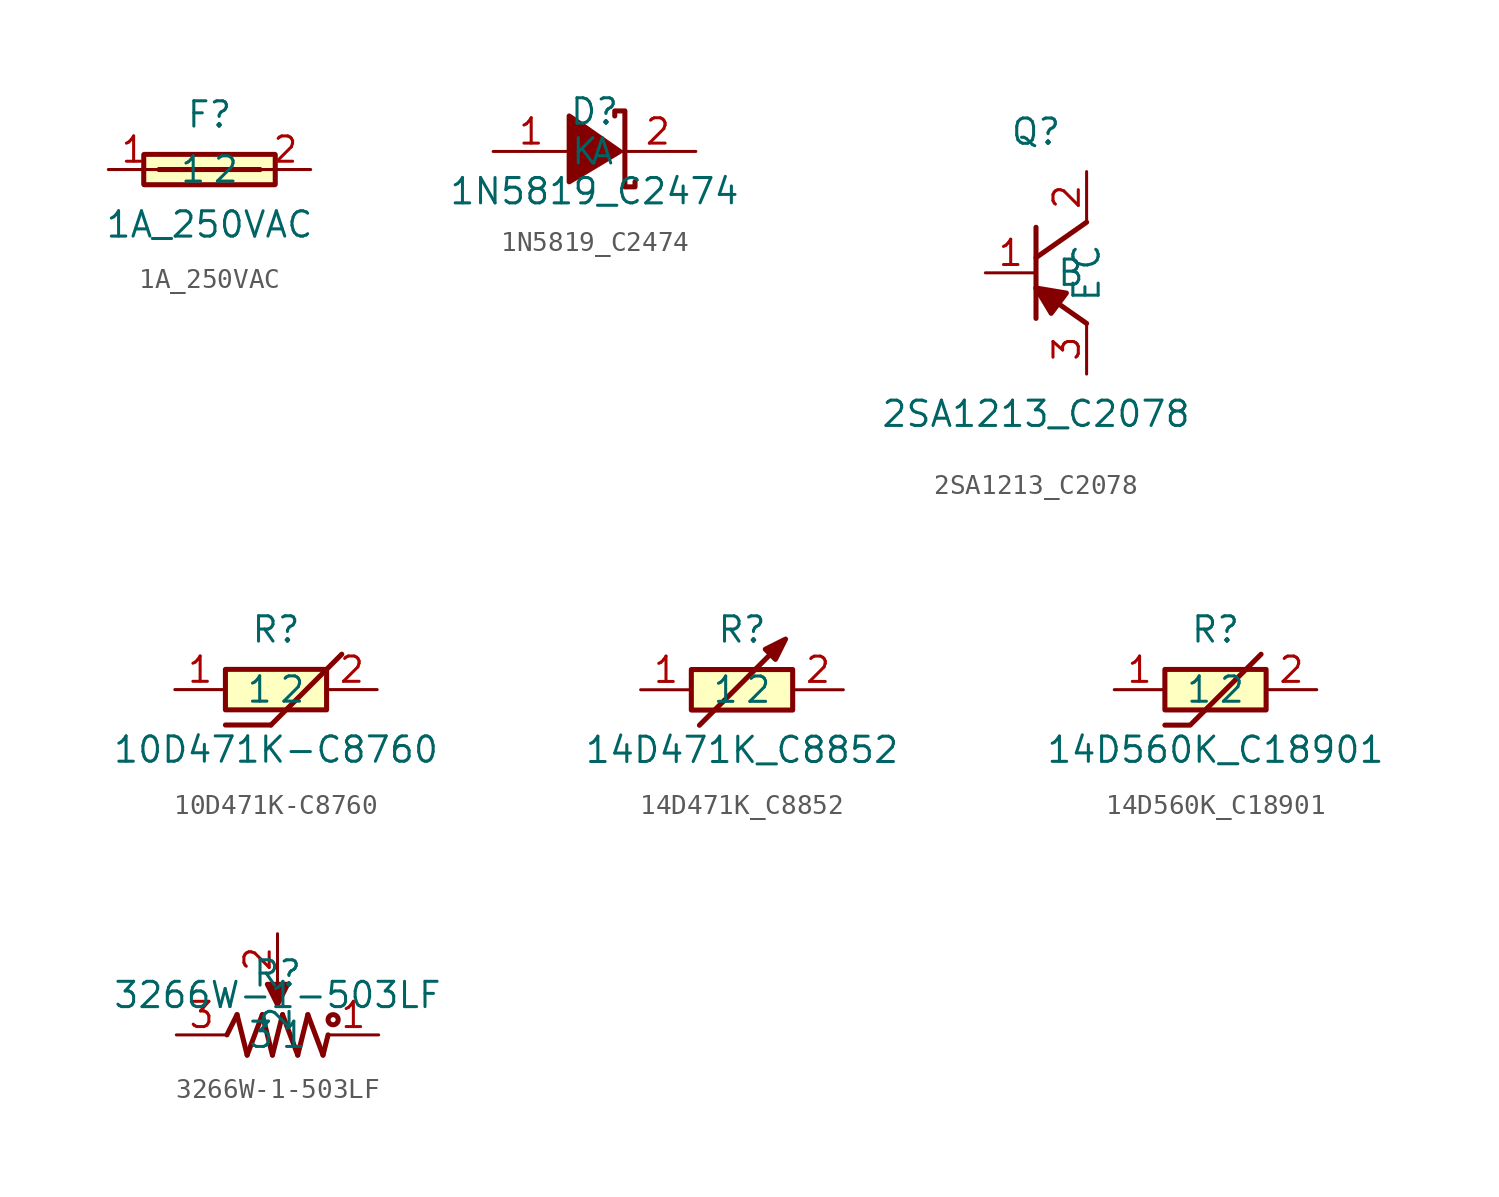
<source format=kicad_sym>
(kicad_symbol_lib
  (version 20241209)
  (generator "JLCImport")
  (generator_version "1.0")
  (symbol "1A_250VAC"
    (pin_names
      (offset 1.016))
    (property "Reference" "F"
      (at 0 2.762 0)
      (effects (font (size 1.27 1.27))))
    (property "Value" "1A_250VAC"
      (at 0 -2.762 0)
      (effects (font (size 1.27 1.27))))
    (symbol "1A_250VAC_0_1"
      (polyline (pts (xy 3.277 -0.762) (xy 3.282 -0.762) (xy 3.286 -0.76) (xy 3.291 -0.758) (xy 3.295 -0.755) (xy 3.298 -0.751) (xy 3.3 -0.746) (xy 3.302 -0.742) (xy 3.302 -0.737) (xy 3.302 0.742) (xy 3.3 0.746) (xy 3.298 0.751) (xy 3.295 0.755) (xy 3.291 0.758) (xy 3.286 0.76) (xy 3.282 0.762) (xy 3.277 0.762) (xy -3.282 0.762) (xy -3.286 0.76) (xy -3.291 0.758) (xy -3.295 0.755) (xy -3.298 0.751) (xy -3.3 0.746) (xy -3.302 0.742) (xy -3.302 0.737) (xy -3.302 -0.742) (xy -3.3 -0.746) (xy -3.298 -0.751) (xy -3.295 -0.755) (xy -3.291 -0.758) (xy -3.286 -0.76) (xy -3.282 -0.762) (xy -3.277 -0.762) (xy 3.277 -0.762)) (stroke (width 0.254) (type solid)) (fill (type background)))
      (polyline (pts (xy -2.54 0) (xy 2.54 0)) (stroke (width 0.254) (type solid)) (fill (type none)))
      (pin unspecified line (at 5.08 0 180) (length 2.54) (name "2" (effects (font (size 1.27 1.27)) hide)) (number "2" (effects (font (size 1.27 1.27)) hide)))
      (pin unspecified line (at -5.08 0 0) (length 2.54) (name "1" (effects (font (size 1.27 1.27)) hide)) (number "1" (effects (font (size 1.27 1.27)) hide)))))
  (symbol "1N5819_C2474"
    (pin_names
      (offset 1.016))
    (property "Reference" "D"
      (at 0 2 0)
      (effects (font (size 1.27 1.27))))
    (property "Value" "1N5819_C2474"
      (at 0 -2 0)
      (effects (font (size 1.27 1.27))))
    (symbol "1N5819_C2474_0_1"
      (polyline (pts (xy 2.032 -1.524) (xy 2.032 -1.778) (xy 1.524 -1.778) (xy 1.524 2.032) (xy 1.016 2.032) (xy 1.016 1.778)) (stroke (width 0.254) (type solid)) (fill (type none)))
      (polyline (pts (xy -1.27 -1.524) (xy 1.27 0) (xy -1.27 1.778) (xy -1.27 -1.524)) (stroke (width 0.254) (type solid)) (fill (type outline)))
      (pin unspecified line (at -5.08 0 0) (length 3.81) (name "A" (effects (font (size 1.27 1.27)) hide)) (number "1" (effects (font (size 1.27 1.27)) hide)))
      (pin unspecified line (at 5.08 0 180) (length 3.81) (name "K" (effects (font (size 1.27 1.27)) hide)) (number "2" (effects (font (size 1.27 1.27)) hide)))))
  (symbol "2SA1213_C2078"
    (pin_names
      (offset 1.016))
    (property "Reference" "Q"
      (at 0 7.08 0)
      (effects (font (size 1.27 1.27))))
    (property "Value" "2SA1213_C2078"
      (at 0 -7.08 0)
      (effects (font (size 1.27 1.27))))
    (symbol "2SA1213_C2078_0_1"
      (polyline (pts (xy 0 -0.762) (xy 0.762 -2.032) (xy 1.524 -1.016) (xy 0 -0.762)) (stroke (width 0.254) (type solid)) (fill (type outline)))
      (polyline (pts (xy 0 2.286) (xy 0 -2.286)) (stroke (width 0.254) (type solid)) (fill (type none)))
      (polyline (pts (xy 0 -0.762) (xy 2.54 -2.54)) (stroke (width 0.254) (type solid)) (fill (type none)))
      (polyline (pts (xy 2.54 2.54) (xy 0 0.762)) (stroke (width 0.254) (type solid)) (fill (type none)))
      (pin input line (at 2.54 -5.08 90) (length 2.54) (name "E" (effects (font (size 1.27 1.27)) hide)) (number "3" (effects (font (size 1.27 1.27)) hide)))
      (pin input line (at 2.54 5.08 270) (length 2.54) (name "C" (effects (font (size 1.27 1.27)) hide)) (number "2" (effects (font (size 1.27 1.27)) hide)))
      (pin input line (at -2.54 0 0) (length 2.54) (name "B" (effects (font (size 1.27 1.27)) hide)) (number "1" (effects (font (size 1.27 1.27)) hide)))))
  (symbol "10D471K-C8760"
    (pin_names
      (offset 1.016))
    (property "Reference" "R"
      (at 0 3.016 0)
      (effects (font (size 1.27 1.27))))
    (property "Value" "10D471K-C8760"
      (at 0 -3.016 0)
      (effects (font (size 1.27 1.27))))
    (symbol "10D471K-C8760_0_1"
      (rectangle (start -2.54 1.016) (end 2.54 -1.016) (stroke (width 0.254) (type solid)) (fill (type background)))
      (polyline (pts (xy 3.302 1.778) (xy -0.254 -1.778)) (stroke (width 0.254) (type solid)) (fill (type none)))
      (polyline (pts (xy -0.254 -1.778) (xy -2.54 -1.778)) (stroke (width 0.254) (type solid)) (fill (type none)))
      (pin unspecified line (at 5.08 0 180) (length 2.54) (name "2" (effects (font (size 1.27 1.27)) hide)) (number "2" (effects (font (size 1.27 1.27)) hide)))
      (pin unspecified line (at -5.08 0 0) (length 2.54) (name "1" (effects (font (size 1.27 1.27)) hide)) (number "1" (effects (font (size 1.27 1.27)) hide)))))
  (symbol "14D471K_C8852"
    (pin_names
      (offset 1.016))
    (property "Reference" "R"
      (at 0 3.016 0)
      (effects (font (size 1.27 1.27))))
    (property "Value" "14D471K_C8852"
      (at 0 -3.016 0)
      (effects (font (size 1.27 1.27))))
    (symbol "14D471K_C8852_0_1"
      (rectangle (start -2.54 1.016) (end 2.54 -1.016) (stroke (width 0.254) (type solid)) (fill (type background)))
      (polyline (pts (xy 1.676 2.032) (xy -2.134 -1.778)) (stroke (width 0.254) (type solid)) (fill (type none)))
      (polyline (pts (xy 1.168 2.032) (xy 2.184 2.54) (xy 1.676 1.524) (xy 1.168 2.032)) (stroke (width 0.254) (type solid)) (fill (type outline)))
      (pin unspecified line (at 5.08 0 180) (length 2.54) (name "2" (effects (font (size 1.27 1.27)) hide)) (number "2" (effects (font (size 1.27 1.27)) hide)))
      (pin unspecified line (at -5.08 0 0) (length 2.54) (name "1" (effects (font (size 1.27 1.27)) hide)) (number "1" (effects (font (size 1.27 1.27)) hide)))))
  (symbol "14D560K_C18901"
    (pin_names
      (offset 1.016))
    (property "Reference" "R"
      (at 0 3.016 0)
      (effects (font (size 1.27 1.27))))
    (property "Value" "14D560K_C18901"
      (at 0 -3.016 0)
      (effects (font (size 1.27 1.27))))
    (symbol "14D560K_C18901_0_1"
      (rectangle (start -2.54 1.016) (end 2.54 -1.016) (stroke (width 0.254) (type solid)) (fill (type background)))
      (polyline (pts (xy -2.54 -1.778) (xy -1.27 -1.778) (xy 2.286 1.778)) (stroke (width 0.254) (type solid)) (fill (type none)))
      (pin unspecified line (at 5.08 0 180) (length 2.54) (name "2" (effects (font (size 1.27 1.27)) hide)) (number "2" (effects (font (size 1.27 1.27)) hide)))
      (pin unspecified line (at -5.08 0 0) (length 2.54) (name "1" (effects (font (size 1.27 1.27)) hide)) (number "1" (effects (font (size 1.27 1.27)) hide)))))
  (symbol "3266W-1-503LF"
    (pin_names
      (offset 1.016))
    (property "Reference" "R"
      (at 0 3.08 0)
      (effects (font (size 1.27 1.27))))
    (property "Value" "3266W-1-503LF"
      (at 0 2 0)
      (effects (font (size 1.27 1.27))))
    (symbol "3266W-1-503LF_0_1"
      (circle (center 2.794 0.762) (radius 0.254) (stroke (width 0.254) (type solid)) (fill (type none)))
      (polyline (pts (xy -0.508 2.54) (xy 0 1.524) (xy 0.508 2.54) (xy -0.508 2.54)) (stroke (width 0.254) (type solid)) (fill (type outline)))
      (polyline (pts (xy 0 2.54) (xy 0 1.524)) (stroke (width 0.254) (type solid)) (fill (type none)))
      (polyline (pts (xy 2.286 -1.016) (xy 2.54 0)) (stroke (width 0.254) (type solid)) (fill (type none)))
      (polyline (pts (xy 1.524 1.016) (xy 2.286 -1.016)) (stroke (width 0.254) (type solid)) (fill (type none)))
      (polyline (pts (xy 1.016 -1.016) (xy 1.524 1.016)) (stroke (width 0.254) (type solid)) (fill (type none)))
      (polyline (pts (xy 0.254 1.016) (xy 1.016 -1.016)) (stroke (width 0.254) (type solid)) (fill (type none)))
      (polyline (pts (xy -0.254 -1.016) (xy 0.254 1.016)) (stroke (width 0.254) (type solid)) (fill (type none)))
      (polyline (pts (xy -0.762 1.016) (xy -0.254 -1.016)) (stroke (width 0.254) (type solid)) (fill (type none)))
      (polyline (pts (xy -1.524 -1.016) (xy -0.762 1.016)) (stroke (width 0.254) (type solid)) (fill (type none)))
      (polyline (pts (xy -2.032 1.016) (xy -1.524 -1.016)) (stroke (width 0.254) (type solid)) (fill (type none)))
      (polyline (pts (xy -2.54 0) (xy -2.032 1.016)) (stroke (width 0.254) (type solid)) (fill (type none)))
      (pin unspecified line (at 0 5.08 270) (length 2.54) (name "2" (effects (font (size 1.27 1.27)) hide)) (number "2" (effects (font (size 1.27 1.27)) hide)))
      (pin unspecified line (at 5.08 0 180) (length 2.54) (name "1" (effects (font (size 1.27 1.27)) hide)) (number "1" (effects (font (size 1.27 1.27)) hide)))
      (pin unspecified line (at -5.08 0 0) (length 2.54) (name "3" (effects (font (size 1.27 1.27)) hide)) (number "3" (effects (font (size 1.27 1.27)) hide))))))
</source>
